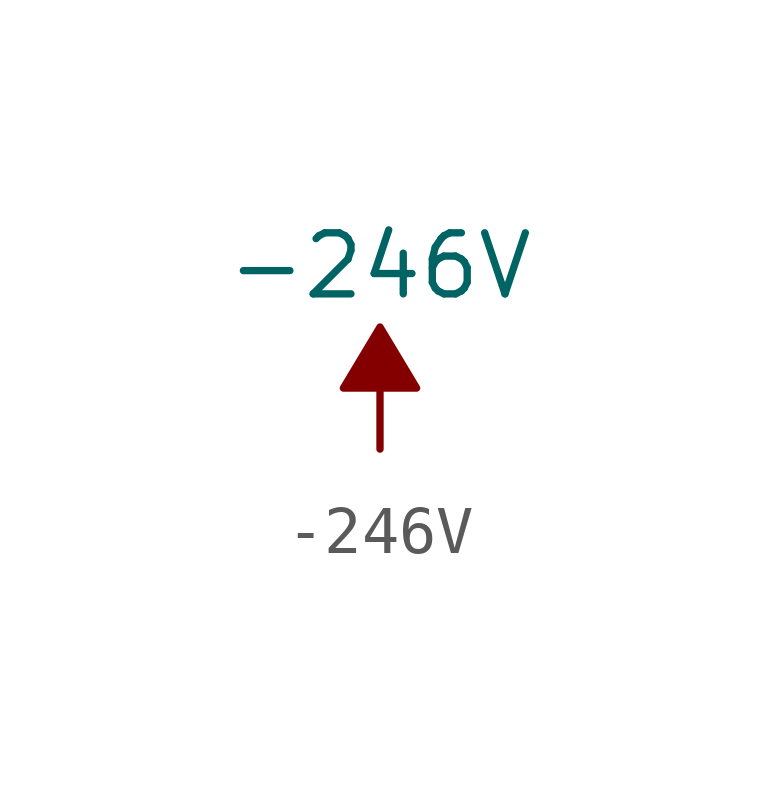
<source format=kicad_sym>
(kicad_symbol_lib
  (version 20220914)
  (generator kicad_symbol_editor)
  (symbol "-246V"
    (power)
    (pin_names
      (offset 0))
    (property "Reference" "#PWR"
      (at 0 2.54 0)
      (effects (font (size 1.27 1.27)) hide))
    (property "Value" "-246V"
      (at 0 3.81 0)
      (effects (font (size 1.27 1.27))))
    (symbol "-246V_0_0"
      (pin power_in line (at 0 0 90) (length 0) hide (name "-48V" (effects (font (size 1.27 1.27)))) (number "1" (effects (font (size 1.27 1.27))))))
    (symbol "-246V_0_1"
      (polyline (pts (xy 0 0) (xy 0 1.27) (xy 0.762 1.27) (xy 0 2.54) (xy -0.762 1.27) (xy 0 1.27)) (stroke (width 0) (type solid)) (fill (type outline))))))
</source>
